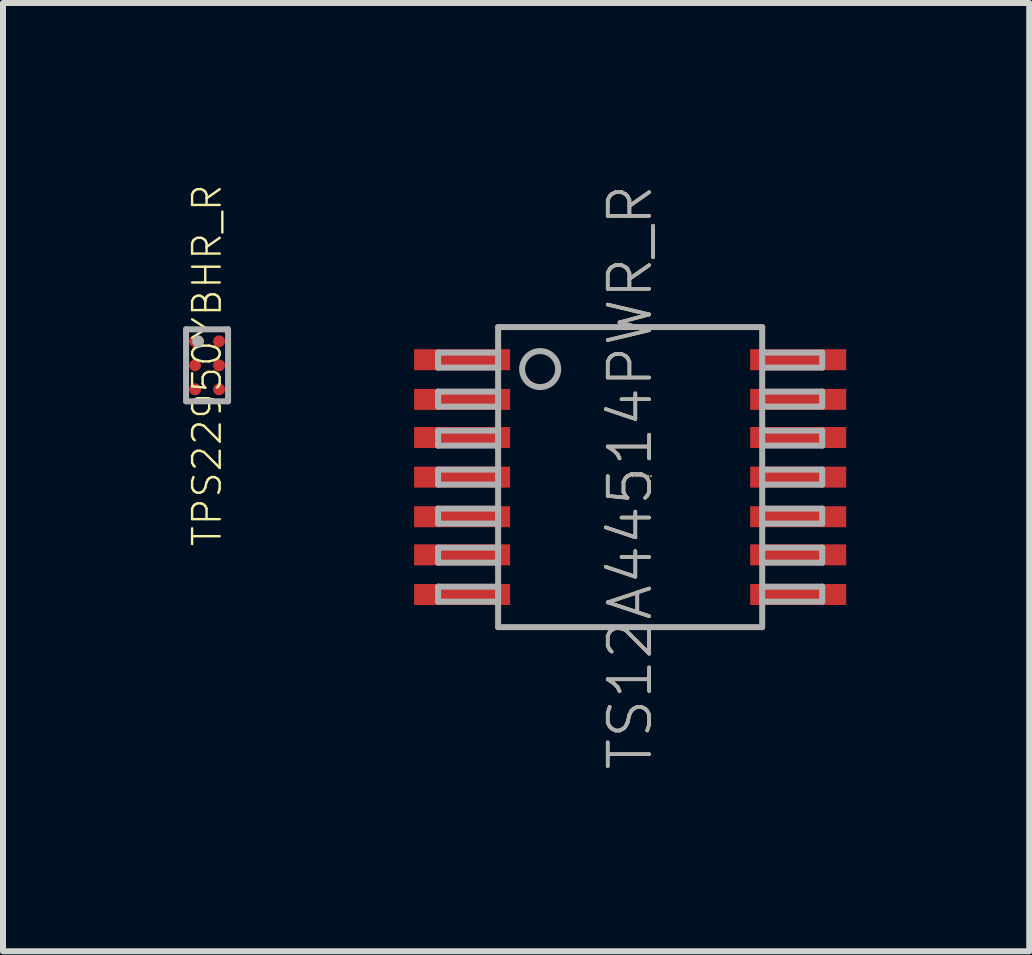
<source format=kicad_pcb>
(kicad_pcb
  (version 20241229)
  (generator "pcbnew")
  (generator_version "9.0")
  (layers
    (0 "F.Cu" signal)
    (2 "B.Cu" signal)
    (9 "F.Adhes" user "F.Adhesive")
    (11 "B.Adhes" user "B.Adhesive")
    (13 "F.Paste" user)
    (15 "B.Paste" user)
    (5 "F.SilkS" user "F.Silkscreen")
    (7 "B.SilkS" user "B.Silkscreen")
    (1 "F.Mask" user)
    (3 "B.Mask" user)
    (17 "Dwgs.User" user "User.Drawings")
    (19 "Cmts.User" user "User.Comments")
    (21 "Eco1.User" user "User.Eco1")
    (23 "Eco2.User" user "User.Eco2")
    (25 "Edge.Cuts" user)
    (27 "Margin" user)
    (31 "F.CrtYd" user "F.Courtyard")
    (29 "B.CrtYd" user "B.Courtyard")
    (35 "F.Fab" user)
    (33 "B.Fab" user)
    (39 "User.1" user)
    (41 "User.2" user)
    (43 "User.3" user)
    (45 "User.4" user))
  (footprint "TPS22950YBHR_R"
    (layer "F.Cu")
    (at 0.4 3.037)
    (property "Reference" "TPS22950YBHR_R" (at 0 0 90) (unlocked yes) (layer "F.SilkS") (effects (font (size 0.46 0.46) (thickness 0.04))))
    (fp_circle (center -0.2 -0.4) (end -0.125 -0.4) (stroke (width 0.15) (type solid)) (fill yes) (layer "F.Mask"))
    (fp_circle (center -0.2 0) (end -0.125 0) (stroke (width 0.15) (type solid)) (fill yes) (layer "F.Mask"))
    (fp_circle (center -0.2 0.4) (end -0.125 0.4) (stroke (width 0.15) (type solid)) (fill yes) (layer "F.Mask"))
    (fp_circle (center 0.2 -0.4) (end 0.275 -0.4) (stroke (width 0.15) (type solid)) (fill yes) (layer "F.Mask"))
    (fp_circle (center 0.2 0) (end 0.275 0) (stroke (width 0.15) (type solid)) (fill yes) (layer "F.Mask"))
    (fp_circle (center 0.2 0.4) (end 0.275 0.4) (stroke (width 0.15) (type solid)) (fill yes) (layer "F.Mask"))
    (fp_poly (pts (xy -0.095 -0.295) (xy -0.305 -0.295) (xy -0.305 -0.505) (xy -0.095 -0.505)) (stroke (width 0) (type default)) (fill yes) (layer "F.Paste"))
    (fp_poly (pts (xy -0.095 0.105) (xy -0.305 0.105) (xy -0.305 -0.105) (xy -0.095 -0.105)) (stroke (width 0) (type default)) (fill yes) (layer "F.Paste"))
    (fp_poly (pts (xy -0.095 0.505) (xy -0.305 0.505) (xy -0.305 0.295) (xy -0.095 0.295)) (stroke (width 0) (type default)) (fill yes) (layer "F.Paste"))
    (fp_poly (pts (xy 0.305 -0.295) (xy 0.095 -0.295) (xy 0.095 -0.505) (xy 0.305 -0.505)) (stroke (width 0) (type default)) (fill yes) (layer "F.Paste"))
    (fp_poly (pts (xy 0.305 0.105) (xy 0.095 0.105) (xy 0.095 -0.105) (xy 0.305 -0.105)) (stroke (width 0) (type default)) (fill yes) (layer "F.Paste"))
    (fp_poly (pts (xy 0.305 0.505) (xy 0.095 0.505) (xy 0.095 0.295) (xy 0.305 0.295)) (stroke (width 0) (type default)) (fill yes) (layer "F.Paste"))
    (fp_line (start -0.35 -0.6) (end -0.35 0.6) (stroke (width 0.1) (type solid)) (layer "F.Fab"))
    (fp_line (start -0.35 0.6) (end 0.35 0.6) (stroke (width 0.1) (type solid)) (layer "F.Fab"))
    (fp_line (start 0.35 -0.6) (end -0.35 -0.6) (stroke (width 0.1) (type solid)) (layer "F.Fab"))
    (fp_line (start 0.35 0.6) (end 0.35 -0.6) (stroke (width 0.1) (type solid)) (layer "F.Fab"))
    (fp_circle (center -0.15 -0.4) (end -0.1 -0.4) (stroke (width 0.1) (type solid)) (fill no) (layer "F.Fab"))
    (pad "A1" smd roundrect (at -0.2 -0.4) (size 0.2 0.2) (layers "F.Cu") (roundrect_rratio 0.5))
    (pad "A2" smd roundrect (at 0.2 -0.4) (size 0.2 0.2) (layers "F.Cu") (roundrect_rratio 0.5))
    (pad "B1" smd roundrect (at -0.2 0) (size 0.2 0.2) (layers "F.Cu") (roundrect_rratio 0.5))
    (pad "B2" smd roundrect (at 0.2 0) (size 0.2 0.2) (layers "F.Cu") (roundrect_rratio 0.5))
    (pad "C1" smd roundrect (at -0.2 0.4) (size 0.2 0.2) (layers "F.Cu") (roundrect_rratio 0.5))
    (pad "C2" smd roundrect (at 0.2 0.4) (size 0.2 0.2) (layers "F.Cu") (roundrect_rratio 0.5)))
  (footprint "TS12A44514PWR_R"
    (layer "F.Cu")
    (at 7.45 4.9)
    (property "Reference" "TS12A44514PWR_R" (at 0 0 0) (unlocked yes) (layer "F.SilkS") (effects (font (size 0.025 0.025) (thickness 0.15)) (justify left bottom)))
    (property "Value" "TS12A44514PWR_R" (at 0 0 0) (unlocked yes) (layer "F.Fab") (hide yes) (effects (font (size 0.025 0.025) (thickness 0.15)) (justify left bottom)))
    (fp_poly (pts (xy -3.65 -1.725) (xy -1.95 -1.725) (xy -1.95 -2.175) (xy -3.65 -2.175)) (stroke (width 0) (type default)) (fill yes) (layer "F.Mask"))
    (fp_poly (pts (xy -3.65 -1.075) (xy -1.95 -1.075) (xy -1.95 -1.525) (xy -3.65 -1.525)) (stroke (width 0) (type default)) (fill yes) (layer "F.Mask"))
    (fp_poly (pts (xy -3.65 -0.425) (xy -1.95 -0.425) (xy -1.95 -0.875) (xy -3.65 -0.875)) (stroke (width 0) (type default)) (fill yes) (layer "F.Mask"))
    (fp_poly (pts (xy -3.65 0.225) (xy -1.95 0.225) (xy -1.95 -0.225) (xy -3.65 -0.225)) (stroke (width 0) (type default)) (fill yes) (layer "F.Mask"))
    (fp_poly (pts (xy -3.65 0.875) (xy -1.95 0.875) (xy -1.95 0.425) (xy -3.65 0.425)) (stroke (width 0) (type default)) (fill yes) (layer "F.Mask"))
    (fp_poly (pts (xy -3.65 1.525) (xy -1.95 1.525) (xy -1.95 1.075) (xy -3.65 1.075)) (stroke (width 0) (type default)) (fill yes) (layer "F.Mask"))
    (fp_poly (pts (xy -3.65 2.175) (xy -1.95 2.175) (xy -1.95 1.725) (xy -3.65 1.725)) (stroke (width 0) (type default)) (fill yes) (layer "F.Mask"))
    (fp_poly (pts (xy 3.65 -2.175) (xy 1.95 -2.175) (xy 1.95 -1.725) (xy 3.65 -1.725)) (stroke (width 0) (type default)) (fill yes) (layer "F.Mask"))
    (fp_poly (pts (xy 3.65 -1.525) (xy 1.95 -1.525) (xy 1.95 -1.075) (xy 3.65 -1.075)) (stroke (width 0) (type default)) (fill yes) (layer "F.Mask"))
    (fp_poly (pts (xy 3.65 -0.875) (xy 1.95 -0.875) (xy 1.95 -0.425) (xy 3.65 -0.425)) (stroke (width 0) (type default)) (fill yes) (layer "F.Mask"))
    (fp_poly (pts (xy 3.65 -0.225) (xy 1.95 -0.225) (xy 1.95 0.225) (xy 3.65 0.225)) (stroke (width 0) (type default)) (fill yes) (layer "F.Mask"))
    (fp_poly (pts (xy 3.65 0.425) (xy 1.95 0.425) (xy 1.95 0.875) (xy 3.65 0.875)) (stroke (width 0) (type default)) (fill yes) (layer "F.Mask"))
    (fp_poly (pts (xy 3.65 1.075) (xy 1.95 1.075) (xy 1.95 1.525) (xy 3.65 1.525)) (stroke (width 0) (type default)) (fill yes) (layer "F.Mask"))
    (fp_poly (pts (xy 3.65 1.725) (xy 1.95 1.725) (xy 1.95 2.175) (xy 3.65 2.175)) (stroke (width 0) (type default)) (fill yes) (layer "F.Mask"))
    (fp_line (start -3.2 -2.075) (end -3.2 -1.825) (stroke (width 0.1) (type solid)) (layer "F.Fab"))
    (fp_line (start -3.2 -2.075) (end -2.2 -2.075) (stroke (width 0.1) (type solid)) (layer "F.Fab"))
    (fp_line (start -3.2 -1.825) (end -2.2 -1.825) (stroke (width 0.1) (type solid)) (layer "F.Fab"))
    (fp_line (start -3.2 -1.425) (end -3.2 -1.175) (stroke (width 0.1) (type solid)) (layer "F.Fab"))
    (fp_line (start -3.2 -1.425) (end -2.2 -1.425) (stroke (width 0.1) (type solid)) (layer "F.Fab"))
    (fp_line (start -3.2 -1.175) (end -2.2 -1.175) (stroke (width 0.1) (type solid)) (layer "F.Fab"))
    (fp_line (start -3.2 -0.775) (end -3.2 -0.525) (stroke (width 0.1) (type solid)) (layer "F.Fab"))
    (fp_line (start -3.2 -0.775) (end -2.2 -0.775) (stroke (width 0.1) (type solid)) (layer "F.Fab"))
    (fp_line (start -3.2 -0.525) (end -2.2 -0.525) (stroke (width 0.1) (type solid)) (layer "F.Fab"))
    (fp_line (start -3.2 -0.125) (end -3.2 0.125) (stroke (width 0.1) (type solid)) (layer "F.Fab"))
    (fp_line (start -3.2 -0.125) (end -2.2 -0.125) (stroke (width 0.1) (type solid)) (layer "F.Fab"))
    (fp_line (start -3.2 0.125) (end -2.2 0.125) (stroke (width 0.1) (type solid)) (layer "F.Fab"))
    (fp_line (start -3.2 0.525) (end -3.2 0.775) (stroke (width 0.1) (type solid)) (layer "F.Fab"))
    (fp_line (start -3.2 0.525) (end -2.2 0.525) (stroke (width 0.1) (type solid)) (layer "F.Fab"))
    (fp_line (start -3.2 0.775) (end -2.2 0.775) (stroke (width 0.1) (type solid)) (layer "F.Fab"))
    (fp_line (start -3.2 1.175) (end -3.2 1.425) (stroke (width 0.1) (type solid)) (layer "F.Fab"))
    (fp_line (start -3.2 1.175) (end -2.2 1.175) (stroke (width 0.1) (type solid)) (layer "F.Fab"))
    (fp_line (start -3.2 1.425) (end -2.2 1.425) (stroke (width 0.1) (type solid)) (layer "F.Fab"))
    (fp_line (start -3.2 1.825) (end -3.2 2.075) (stroke (width 0.1) (type solid)) (layer "F.Fab"))
    (fp_line (start -3.2 1.825) (end -2.2 1.825) (stroke (width 0.1) (type solid)) (layer "F.Fab"))
    (fp_line (start -3.2 2.075) (end -2.2 2.075) (stroke (width 0.1) (type solid)) (layer "F.Fab"))
    (fp_line (start -2.2 -2.5) (end -2.2 -2.108) (stroke (width 0.1) (type solid)) (layer "F.Fab"))
    (fp_line (start -2.2 -2.108) (end -2.2 -1.803) (stroke (width 0.1) (type solid)) (layer "F.Fab"))
    (fp_line (start -2.2 -1.803) (end -2.2 -0.125) (stroke (width 0.1) (type solid)) (layer "F.Fab"))
    (fp_line (start -2.2 -0.125) (end -2.2 0.125) (stroke (width 0.1) (type solid)) (layer "F.Fab"))
    (fp_line (start -2.2 0.125) (end -2.2 2.5) (stroke (width 0.1) (type solid)) (layer "F.Fab"))
    (fp_line (start -2.2 2.5) (end 2.2 2.5) (stroke (width 0.1) (type solid)) (layer "F.Fab"))
    (fp_line (start 2.2 -2.5) (end -2.2 -2.5) (stroke (width 0.1) (type solid)) (layer "F.Fab"))
    (fp_line (start 2.2 2.5) (end 2.2 -2.5) (stroke (width 0.1) (type solid)) (layer "F.Fab"))
    (fp_line (start 3.2 -2.075) (end 2.2 -2.075) (stroke (width 0.1) (type solid)) (layer "F.Fab"))
    (fp_line (start 3.2 -1.825) (end 2.2 -1.825) (stroke (width 0.1) (type solid)) (layer "F.Fab"))
    (fp_line (start 3.2 -1.825) (end 3.2 -2.075) (stroke (width 0.1) (type solid)) (layer "F.Fab"))
    (fp_line (start 3.2 -1.425) (end 2.2 -1.425) (stroke (width 0.1) (type solid)) (layer "F.Fab"))
    (fp_line (start 3.2 -1.175) (end 2.2 -1.175) (stroke (width 0.1) (type solid)) (layer "F.Fab"))
    (fp_line (start 3.2 -1.175) (end 3.2 -1.425) (stroke (width 0.1) (type solid)) (layer "F.Fab"))
    (fp_line (start 3.2 -0.775) (end 2.2 -0.775) (stroke (width 0.1) (type solid)) (layer "F.Fab"))
    (fp_line (start 3.2 -0.525) (end 2.2 -0.525) (stroke (width 0.1) (type solid)) (layer "F.Fab"))
    (fp_line (start 3.2 -0.525) (end 3.2 -0.775) (stroke (width 0.1) (type solid)) (layer "F.Fab"))
    (fp_line (start 3.2 -0.125) (end 2.2 -0.125) (stroke (width 0.1) (type solid)) (layer "F.Fab"))
    (fp_line (start 3.2 0.125) (end 2.2 0.125) (stroke (width 0.1) (type solid)) (layer "F.Fab"))
    (fp_line (start 3.2 0.125) (end 3.2 -0.125) (stroke (width 0.1) (type solid)) (layer "F.Fab"))
    (fp_line (start 3.2 0.525) (end 2.2 0.525) (stroke (width 0.1) (type solid)) (layer "F.Fab"))
    (fp_line (start 3.2 0.775) (end 2.2 0.775) (stroke (width 0.1) (type solid)) (layer "F.Fab"))
    (fp_line (start 3.2 0.775) (end 3.2 0.525) (stroke (width 0.1) (type solid)) (layer "F.Fab"))
    (fp_line (start 3.2 1.175) (end 2.2 1.175) (stroke (width 0.1) (type solid)) (layer "F.Fab"))
    (fp_line (start 3.2 1.425) (end 2.2 1.425) (stroke (width 0.1) (type solid)) (layer "F.Fab"))
    (fp_line (start 3.2 1.425) (end 3.2 1.175) (stroke (width 0.1) (type solid)) (layer "F.Fab"))
    (fp_line (start 3.2 1.825) (end 2.2 1.825) (stroke (width 0.1) (type solid)) (layer "F.Fab"))
    (fp_line (start 3.2 2.075) (end 2.2 2.075) (stroke (width 0.1) (type solid)) (layer "F.Fab"))
    (fp_line (start 3.2 2.075) (end 3.2 1.825) (stroke (width 0.1) (type solid)) (layer "F.Fab"))
    (fp_circle (center -1.5 -1.8) (end -1.2 -1.8) (stroke (width 0.1) (type solid)) (fill no) (layer "F.Fab"))
    (fp_text user "${REFERENCE}" (at 0 0 90) (layer "F.SilkS") (effects (font (size 0.69 0.69) (thickness 0.06))))
    (fp_text user "${VALUE}" (at 0 0 90) (layer "F.Fab") (effects (font (size 0.69 0.69) (thickness 0.06))))
    (pad "1" smd rect (at -2.8 -1.956) (size 1.6 0.35) (layers "F.Cu" "F.Paste"))
    (pad "2" smd rect (at -2.8 -1.295) (size 1.6 0.35) (layers "F.Cu" "F.Paste"))
    (pad "3" smd rect (at -2.8 -0.66) (size 1.6 0.35) (layers "F.Cu" "F.Paste"))
    (pad "4" smd rect (at -2.8 0) (size 1.6 0.35) (layers "F.Cu" "F.Paste"))
    (pad "5" smd rect (at -2.8 0.66) (size 1.6 0.35) (layers "F.Cu" "F.Paste"))
    (pad "6" smd rect (at -2.8 1.295) (size 1.6 0.35) (layers "F.Cu" "F.Paste"))
    (pad "7" smd rect (at -2.8 1.956) (size 1.6 0.35) (layers "F.Cu" "F.Paste"))
    (pad "8" smd rect (at 2.8 1.956) (size 1.6 0.35) (layers "F.Cu" "F.Paste"))
    (pad "9" smd rect (at 2.8 1.295) (size 1.6 0.35) (layers "F.Cu" "F.Paste"))
    (pad "10" smd rect (at 2.8 0.66) (size 1.6 0.35) (layers "F.Cu" "F.Paste"))
    (pad "11" smd rect (at 2.8 0) (size 1.6 0.35) (layers "F.Cu" "F.Paste"))
    (pad "12" smd rect (at 2.8 -0.66) (size 1.6 0.35) (layers "F.Cu" "F.Paste"))
    (pad "13" smd rect (at 2.8 -1.295) (size 1.6 0.35) (layers "F.Cu" "F.Paste"))
    (pad "14" smd rect (at 2.8 -1.956) (size 1.6 0.35) (layers "F.Cu" "F.Paste")))
  (gr_rect
    (start -3 -3)
    (end 14.1 12.801)
    (stroke (width 0.1) (type default))
    (fill no)
    (layer "Edge.Cuts")))
</source>
